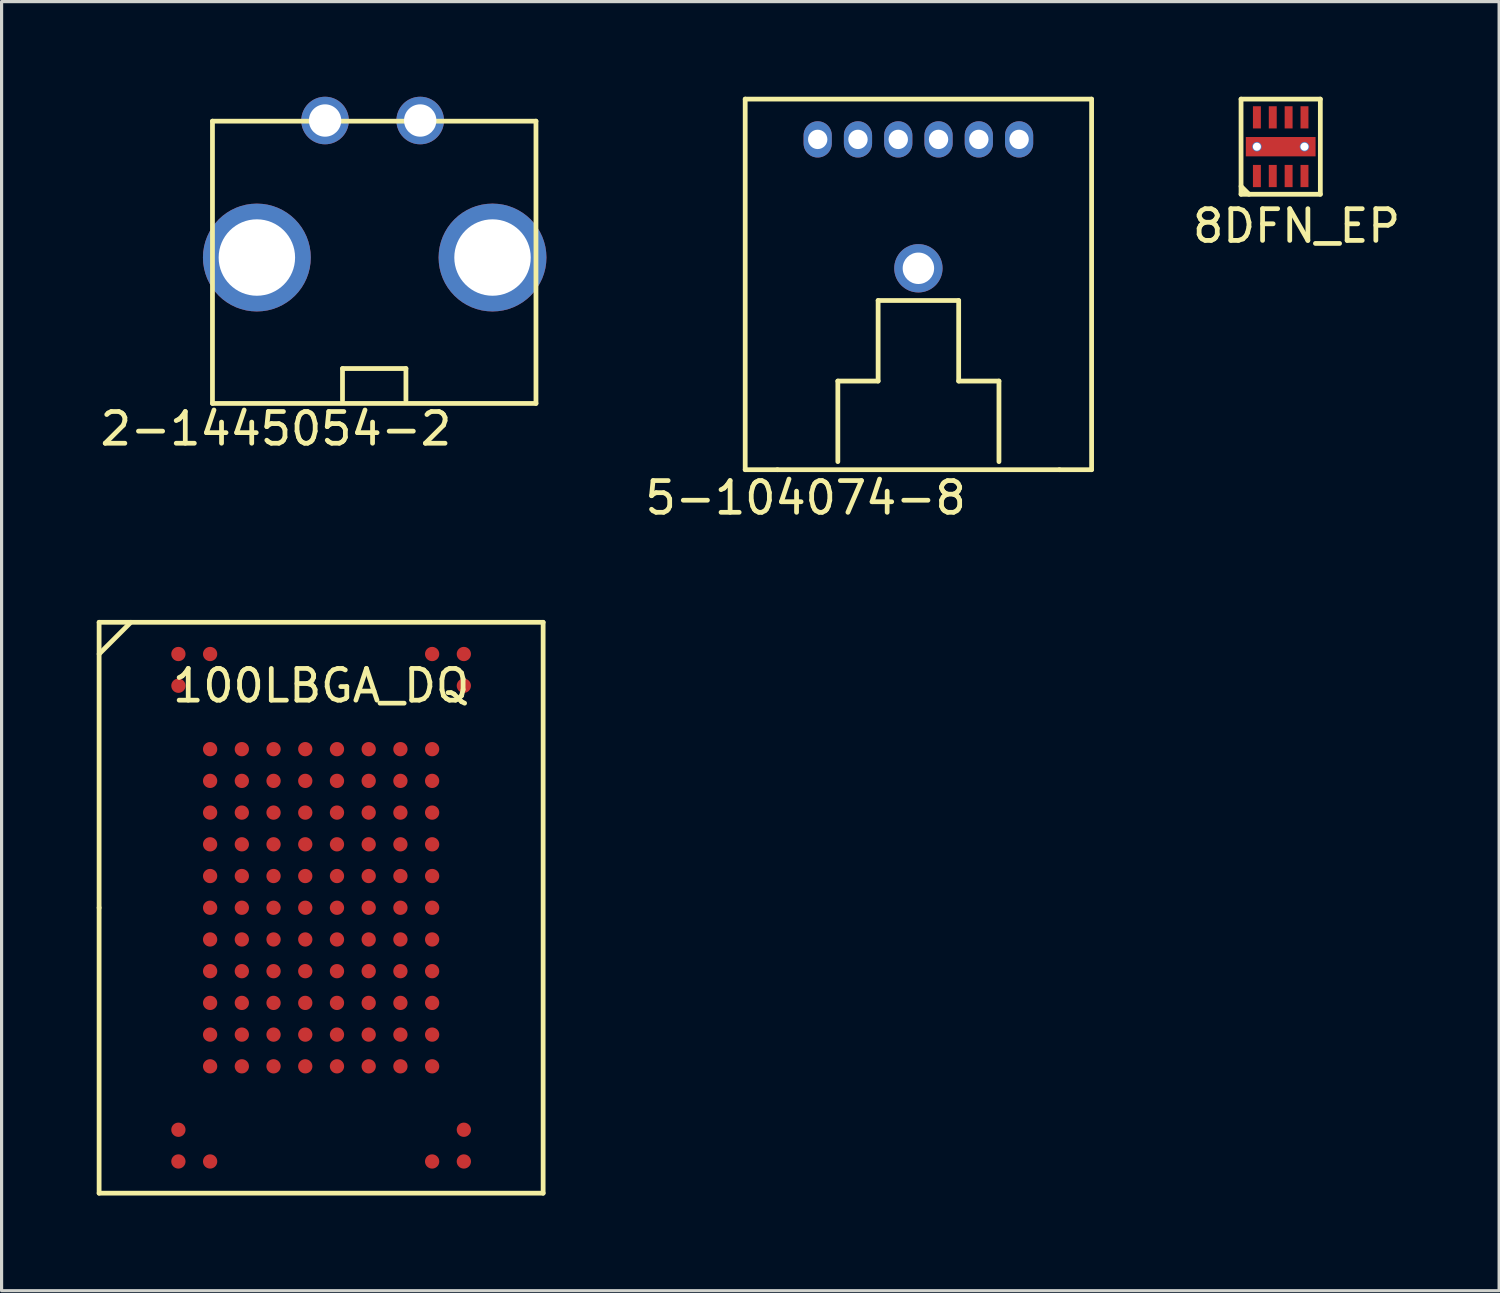
<source format=kicad_pcb>
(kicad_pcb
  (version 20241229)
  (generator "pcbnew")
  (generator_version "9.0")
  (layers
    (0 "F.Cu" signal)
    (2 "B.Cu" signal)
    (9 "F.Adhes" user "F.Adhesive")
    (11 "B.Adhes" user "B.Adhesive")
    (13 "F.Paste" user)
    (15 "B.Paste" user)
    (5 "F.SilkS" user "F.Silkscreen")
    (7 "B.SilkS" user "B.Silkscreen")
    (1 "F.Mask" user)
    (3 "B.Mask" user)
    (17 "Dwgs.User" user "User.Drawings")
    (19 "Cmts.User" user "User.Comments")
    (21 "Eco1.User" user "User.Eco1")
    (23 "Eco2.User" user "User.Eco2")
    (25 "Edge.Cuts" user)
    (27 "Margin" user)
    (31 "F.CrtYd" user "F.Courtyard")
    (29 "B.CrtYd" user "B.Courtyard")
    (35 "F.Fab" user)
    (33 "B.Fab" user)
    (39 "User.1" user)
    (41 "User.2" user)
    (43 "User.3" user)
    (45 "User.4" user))
  (footprint "2-1445054-2"
    (layer "F.Cu")
    (at 8.749 5.07)
    (property "Reference" "2-1445054-2" (at -3.1 5.4 0) (layer "F.SilkS") (effects (font (size 1 1) (thickness 0.15))))
    (attr through_hole)
    (fp_line (start -5.1 -4.3) (end -5.1 4.6) (stroke (width 0.15) (type solid)) (layer "F.SilkS"))
    (fp_line (start -5.1 4.6) (end 5.1 4.6) (stroke (width 0.15) (type solid)) (layer "F.SilkS"))
    (fp_line (start -1 3.5) (end -1 4.5) (stroke (width 0.15) (type solid)) (layer "F.SilkS"))
    (fp_line (start 1 3.5) (end -1 3.5) (stroke (width 0.15) (type solid)) (layer "F.SilkS"))
    (fp_line (start 1 4.5) (end 1 3.5) (stroke (width 0.15) (type solid)) (layer "F.SilkS"))
    (fp_line (start 5.1 -4.3) (end -5.1 -4.3) (stroke (width 0.15) (type solid)) (layer "F.SilkS"))
    (fp_line (start 5.1 -4.3) (end 5.1 4.6) (stroke (width 0.15) (type solid)) (layer "F.SilkS"))
    (pad "0" thru_hole circle (at -3.7 0) (size 3.4 3.4) (drill 2.41) (layers "*.Cu" "*.Mask"))
    (pad "0" thru_hole circle (at 3.73 0) (size 3.4 3.4) (drill 2.41) (layers "*.Cu" "*.Mask"))
    (pad "1" thru_hole circle (at -1.55 -4.32) (size 1.5 1.5) (drill 1.02) (layers "*.Cu" "*.Mask"))
    (pad "2" thru_hole circle (at 1.45 -4.32) (size 1.5 1.5) (drill 1.02) (layers "*.Cu" "*.Mask")))
  (footprint "5-104074-8"
    (layer "F.Cu")
    (at 25.907 1.345)
    (property "Reference" "5-104074-8" (at -3.556 11.303 0) (layer "F.SilkS") (effects (font (size 1 1) (thickness 0.15))))
    (attr through_hole)
    (fp_line (start -5.461 -1.27) (end -5.461 10.414) (stroke (width 0.15) (type solid)) (layer "F.SilkS"))
    (fp_line (start -5.461 10.414) (end -4.445 10.414) (stroke (width 0.15) (type solid)) (layer "F.SilkS"))
    (fp_line (start -2.54 7.62) (end -1.27 7.62) (stroke (width 0.15) (type solid)) (layer "F.SilkS"))
    (fp_line (start -2.54 10.16) (end -2.54 7.62) (stroke (width 0.15) (type solid)) (layer "F.SilkS"))
    (fp_line (start -1.27 5.08) (end 1.27 5.08) (stroke (width 0.15) (type solid)) (layer "F.SilkS"))
    (fp_line (start -1.27 7.62) (end -1.27 5.08) (stroke (width 0.15) (type solid)) (layer "F.SilkS"))
    (fp_line (start 1.27 5.08) (end 1.27 7.62) (stroke (width 0.15) (type solid)) (layer "F.SilkS"))
    (fp_line (start 1.27 7.62) (end 2.54 7.62) (stroke (width 0.15) (type solid)) (layer "F.SilkS"))
    (fp_line (start 2.54 7.62) (end 2.54 10.16) (stroke (width 0.15) (type solid)) (layer "F.SilkS"))
    (fp_line (start 4.445 10.414) (end -4.445 10.414) (stroke (width 0.15) (type solid)) (layer "F.SilkS"))
    (fp_line (start 5.461 -1.27) (end -5.461 -1.27) (stroke (width 0.15) (type solid)) (layer "F.SilkS"))
    (fp_line (start 5.461 -1.27) (end 5.461 10.414) (stroke (width 0.15) (type solid)) (layer "F.SilkS"))
    (fp_line (start 5.461 10.414) (end 4.445 10.414) (stroke (width 0.15) (type solid)) (layer "F.SilkS"))
    (pad "" thru_hole circle (at 0 4.064) (size 1.524 1.524) (drill 0.991) (layers "*.Cu" "*.Mask"))
    (pad "1" thru_hole oval (at -3.175 0) (size 0.889 1.143) (drill 0.61) (layers "*.Cu" "*.Mask"))
    (pad "2" thru_hole oval (at -1.905 0) (size 0.889 1.143) (drill 0.61) (layers "*.Cu" "*.Mask"))
    (pad "3" thru_hole oval (at -0.635 0) (size 0.889 1.143) (drill 0.61) (layers "*.Cu" "*.Mask"))
    (pad "4" thru_hole oval (at 0.635 0) (size 0.889 1.143) (drill 0.61) (layers "*.Cu" "*.Mask"))
    (pad "5" thru_hole oval (at 1.905 0) (size 0.889 1.143) (drill 0.61) (layers "*.Cu" "*.Mask"))
    (pad "6" thru_hole oval (at 3.175 0) (size 0.889 1.143) (drill 0.61) (layers "*.Cu" "*.Mask")))
  (footprint "100LBGA_DQ"
    (layer "F.Cu")
    (at 7.075 25.571)
    (property "Reference" "100LBGA_DQ" (at 0 -7 0) (layer "F.SilkS") (effects (font (size 1 1) (thickness 0.15))))
    (attr through_hole)
    (fp_line (start -7 -9) (end 7 -9) (stroke (width 0.15) (type solid)) (layer "F.SilkS"))
    (fp_line (start -7 0) (end -7 -9) (stroke (width 0.15) (type solid)) (layer "F.SilkS"))
    (fp_line (start -7 9) (end -7 0) (stroke (width 0.15) (type solid)) (layer "F.SilkS"))
    (fp_line (start -6 -9) (end -7 -8) (stroke (width 0.15) (type solid)) (layer "F.SilkS"))
    (fp_line (start 7 -9) (end 7 9) (stroke (width 0.15) (type solid)) (layer "F.SilkS"))
    (fp_line (start 7 9) (end -7 9) (stroke (width 0.15) (type solid)) (layer "F.SilkS"))
    (pad "A1" smd circle (at -4.5 -8) (size 0.45 0.45) (layers "F.Cu" "F.Mask" "F.Paste"))
    (pad "A2" smd circle (at -3.5 -8) (size 0.45 0.45) (layers "F.Cu" "F.Mask" "F.Paste"))
    (pad "A9" smd circle (at 3.5 -8) (size 0.45 0.45) (layers "F.Cu" "F.Mask" "F.Paste"))
    (pad "A10" smd circle (at 4.5 -8) (size 0.45 0.45) (layers "F.Cu" "F.Mask" "F.Paste"))
    (pad "B1" smd circle (at -4.5 -7) (size 0.45 0.45) (layers "F.Cu" "F.Mask" "F.Paste"))
    (pad "B10" smd circle (at 4.5 -7) (size 0.45 0.45) (layers "F.Cu" "F.Mask" "F.Paste"))
    (pad "D2" smd circle (at -3.5 -5) (size 0.45 0.45) (layers "F.Cu" "F.Mask" "F.Paste"))
    (pad "D3" smd circle (at -2.5 -5) (size 0.45 0.45) (layers "F.Cu" "F.Mask" "F.Paste"))
    (pad "D4" smd circle (at -1.5 -5) (size 0.45 0.45) (layers "F.Cu" "F.Mask" "F.Paste"))
    (pad "D5" smd circle (at -0.5 -5) (size 0.45 0.45) (layers "F.Cu" "F.Mask" "F.Paste"))
    (pad "D6" smd circle (at 0.5 -5) (size 0.45 0.45) (layers "F.Cu" "F.Mask" "F.Paste"))
    (pad "D7" smd circle (at 1.5 -5) (size 0.45 0.45) (layers "F.Cu" "F.Mask" "F.Paste"))
    (pad "D8" smd circle (at 2.5 -5) (size 0.45 0.45) (layers "F.Cu" "F.Mask" "F.Paste"))
    (pad "D9" smd circle (at 3.5 -5) (size 0.45 0.45) (layers "F.Cu" "F.Mask" "F.Paste"))
    (pad "E2" smd circle (at -3.5 -4) (size 0.45 0.45) (layers "F.Cu" "F.Mask" "F.Paste"))
    (pad "E3" smd circle (at -2.5 -4) (size 0.45 0.45) (layers "F.Cu" "F.Mask" "F.Paste"))
    (pad "E4" smd circle (at -1.5 -4) (size 0.45 0.45) (layers "F.Cu" "F.Mask" "F.Paste"))
    (pad "E5" smd circle (at -0.5 -4) (size 0.45 0.45) (layers "F.Cu" "F.Mask" "F.Paste"))
    (pad "E6" smd circle (at 0.5 -4) (size 0.45 0.45) (layers "F.Cu" "F.Mask" "F.Paste"))
    (pad "E7" smd circle (at 1.5 -4) (size 0.45 0.45) (layers "F.Cu" "F.Mask" "F.Paste"))
    (pad "E8" smd circle (at 2.5 -4) (size 0.45 0.45) (layers "F.Cu" "F.Mask" "F.Paste"))
    (pad "E9" smd circle (at 3.5 -4) (size 0.45 0.45) (layers "F.Cu" "F.Mask" "F.Paste"))
    (pad "F2" smd circle (at -3.5 -3) (size 0.45 0.45) (layers "F.Cu" "F.Mask" "F.Paste"))
    (pad "F3" smd circle (at -2.5 -3) (size 0.45 0.45) (layers "F.Cu" "F.Mask" "F.Paste"))
    (pad "F4" smd circle (at -1.5 -3) (size 0.45 0.45) (layers "F.Cu" "F.Mask" "F.Paste"))
    (pad "F5" smd circle (at -0.5 -3) (size 0.45 0.45) (layers "F.Cu" "F.Mask" "F.Paste"))
    (pad "F6" smd circle (at 0.5 -3) (size 0.45 0.45) (layers "F.Cu" "F.Mask" "F.Paste"))
    (pad "F7" smd circle (at 1.5 -3) (size 0.45 0.45) (layers "F.Cu" "F.Mask" "F.Paste"))
    (pad "F8" smd circle (at 2.5 -3) (size 0.45 0.45) (layers "F.Cu" "F.Mask" "F.Paste"))
    (pad "F9" smd circle (at 3.5 -3) (size 0.45 0.45) (layers "F.Cu" "F.Mask" "F.Paste"))
    (pad "G2" smd circle (at -3.5 -2) (size 0.45 0.45) (layers "F.Cu" "F.Mask" "F.Paste"))
    (pad "G3" smd circle (at -2.5 -2) (size 0.45 0.45) (layers "F.Cu" "F.Mask" "F.Paste"))
    (pad "G4" smd circle (at -1.5 -2) (size 0.45 0.45) (layers "F.Cu" "F.Mask" "F.Paste"))
    (pad "G5" smd circle (at -0.5 -2) (size 0.45 0.45) (layers "F.Cu" "F.Mask" "F.Paste"))
    (pad "G6" smd circle (at 0.5 -2) (size 0.45 0.45) (layers "F.Cu" "F.Mask" "F.Paste"))
    (pad "G7" smd circle (at 1.5 -2) (size 0.45 0.45) (layers "F.Cu" "F.Mask" "F.Paste"))
    (pad "G8" smd circle (at 2.5 -2) (size 0.45 0.45) (layers "F.Cu" "F.Mask" "F.Paste"))
    (pad "G9" smd circle (at 3.5 -2) (size 0.45 0.45) (layers "F.Cu" "F.Mask" "F.Paste"))
    (pad "H2" smd circle (at -3.5 -1) (size 0.45 0.45) (layers "F.Cu" "F.Mask" "F.Paste"))
    (pad "H3" smd circle (at -2.5 -1) (size 0.45 0.45) (layers "F.Cu" "F.Mask" "F.Paste"))
    (pad "H4" smd circle (at -1.5 -1) (size 0.45 0.45) (layers "F.Cu" "F.Mask" "F.Paste"))
    (pad "H5" smd circle (at -0.5 -1) (size 0.45 0.45) (layers "F.Cu" "F.Mask" "F.Paste"))
    (pad "H6" smd circle (at 0.5 -1) (size 0.45 0.45) (layers "F.Cu" "F.Mask" "F.Paste"))
    (pad "H7" smd circle (at 1.5 -1) (size 0.45 0.45) (layers "F.Cu" "F.Mask" "F.Paste"))
    (pad "H8" smd circle (at 2.5 -1) (size 0.45 0.45) (layers "F.Cu" "F.Mask" "F.Paste"))
    (pad "H9" smd circle (at 3.5 -1) (size 0.45 0.45) (layers "F.Cu" "F.Mask" "F.Paste"))
    (pad "J2" smd circle (at -3.5 0) (size 0.45 0.45) (layers "F.Cu" "F.Mask" "F.Paste"))
    (pad "J3" smd circle (at -2.5 0) (size 0.45 0.45) (layers "F.Cu" "F.Mask" "F.Paste"))
    (pad "J4" smd circle (at -1.5 0) (size 0.45 0.45) (layers "F.Cu" "F.Mask" "F.Paste"))
    (pad "J5" smd circle (at -0.5 0) (size 0.45 0.45) (layers "F.Cu" "F.Mask" "F.Paste"))
    (pad "J6" smd circle (at 0.5 0) (size 0.45 0.45) (layers "F.Cu" "F.Mask" "F.Paste"))
    (pad "J7" smd circle (at 1.5 0) (size 0.45 0.45) (layers "F.Cu" "F.Mask" "F.Paste"))
    (pad "J8" smd circle (at 2.5 0) (size 0.45 0.45) (layers "F.Cu" "F.Mask" "F.Paste"))
    (pad "J9" smd circle (at 3.5 0) (size 0.45 0.45) (layers "F.Cu" "F.Mask" "F.Paste"))
    (pad "K2" smd circle (at -3.5 1) (size 0.45 0.45) (layers "F.Cu" "F.Mask" "F.Paste"))
    (pad "K3" smd circle (at -2.5 1) (size 0.45 0.45) (layers "F.Cu" "F.Mask" "F.Paste"))
    (pad "K4" smd circle (at -1.5 1) (size 0.45 0.45) (layers "F.Cu" "F.Mask" "F.Paste"))
    (pad "K5" smd circle (at -0.5 1) (size 0.45 0.45) (layers "F.Cu" "F.Mask" "F.Paste"))
    (pad "K6" smd circle (at 0.5 1) (size 0.45 0.45) (layers "F.Cu" "F.Mask" "F.Paste"))
    (pad "K7" smd circle (at 1.5 1) (size 0.45 0.45) (layers "F.Cu" "F.Mask" "F.Paste"))
    (pad "K8" smd circle (at 2.5 1) (size 0.45 0.45) (layers "F.Cu" "F.Mask" "F.Paste"))
    (pad "K9" smd circle (at 3.5 1) (size 0.45 0.45) (layers "F.Cu" "F.Mask" "F.Paste"))
    (pad "L2" smd circle (at -3.5 2) (size 0.45 0.45) (layers "F.Cu" "F.Mask" "F.Paste"))
    (pad "L3" smd circle (at -2.5 2) (size 0.45 0.45) (layers "F.Cu" "F.Mask" "F.Paste"))
    (pad "L4" smd circle (at -1.5 2) (size 0.45 0.45) (layers "F.Cu" "F.Mask" "F.Paste"))
    (pad "L5" smd circle (at -0.5 2) (size 0.45 0.45) (layers "F.Cu" "F.Mask" "F.Paste"))
    (pad "L6" smd circle (at 0.5 2) (size 0.45 0.45) (layers "F.Cu" "F.Mask" "F.Paste"))
    (pad "L7" smd circle (at 1.5 2) (size 0.45 0.45) (layers "F.Cu" "F.Mask" "F.Paste"))
    (pad "L8" smd circle (at 2.5 2) (size 0.45 0.45) (layers "F.Cu" "F.Mask" "F.Paste"))
    (pad "L9" smd circle (at 3.5 2) (size 0.45 0.45) (layers "F.Cu" "F.Mask" "F.Paste"))
    (pad "M2" smd circle (at -3.5 3) (size 0.45 0.45) (layers "F.Cu" "F.Mask" "F.Paste"))
    (pad "M3" smd circle (at -2.5 3) (size 0.45 0.45) (layers "F.Cu" "F.Mask" "F.Paste"))
    (pad "M4" smd circle (at -1.5 3) (size 0.45 0.45) (layers "F.Cu" "F.Mask" "F.Paste"))
    (pad "M5" smd circle (at -0.5 3) (size 0.45 0.45) (layers "F.Cu" "F.Mask" "F.Paste"))
    (pad "M6" smd circle (at 0.5 3) (size 0.45 0.45) (layers "F.Cu" "F.Mask" "F.Paste"))
    (pad "M7" smd circle (at 1.5 3) (size 0.45 0.45) (layers "F.Cu" "F.Mask" "F.Paste"))
    (pad "M8" smd circle (at 2.5 3) (size 0.45 0.45) (layers "F.Cu" "F.Mask" "F.Paste"))
    (pad "M9" smd circle (at 3.5 3) (size 0.45 0.45) (layers "F.Cu" "F.Mask" "F.Paste"))
    (pad "N2" smd circle (at -3.5 4) (size 0.45 0.45) (layers "F.Cu" "F.Mask" "F.Paste"))
    (pad "N3" smd circle (at -2.5 4) (size 0.45 0.45) (layers "F.Cu" "F.Mask" "F.Paste"))
    (pad "N4" smd circle (at -1.5 4) (size 0.45 0.45) (layers "F.Cu" "F.Mask" "F.Paste"))
    (pad "N5" smd circle (at -0.5 4) (size 0.45 0.45) (layers "F.Cu" "F.Mask" "F.Paste"))
    (pad "N6" smd circle (at 0.5 4) (size 0.45 0.45) (layers "F.Cu" "F.Mask" "F.Paste"))
    (pad "N7" smd circle (at 1.5 4) (size 0.45 0.45) (layers "F.Cu" "F.Mask" "F.Paste"))
    (pad "N8" smd circle (at 2.5 4) (size 0.45 0.45) (layers "F.Cu" "F.Mask" "F.Paste"))
    (pad "N9" smd circle (at 3.5 4) (size 0.45 0.45) (layers "F.Cu" "F.Mask" "F.Paste"))
    (pad "P2" smd circle (at -3.5 5) (size 0.45 0.45) (layers "F.Cu" "F.Mask" "F.Paste"))
    (pad "P3" smd circle (at -2.5 5) (size 0.45 0.45) (layers "F.Cu" "F.Mask" "F.Paste"))
    (pad "P4" smd circle (at -1.5 5) (size 0.45 0.45) (layers "F.Cu" "F.Mask" "F.Paste"))
    (pad "P5" smd circle (at -0.5 5) (size 0.45 0.45) (layers "F.Cu" "F.Mask" "F.Paste"))
    (pad "P6" smd circle (at 0.5 5) (size 0.45 0.45) (layers "F.Cu" "F.Mask" "F.Paste"))
    (pad "P7" smd circle (at 1.5 5) (size 0.45 0.45) (layers "F.Cu" "F.Mask" "F.Paste"))
    (pad "P8" smd circle (at 2.5 5) (size 0.45 0.45) (layers "F.Cu" "F.Mask" "F.Paste"))
    (pad "P9" smd circle (at 3.5 5) (size 0.45 0.45) (layers "F.Cu" "F.Mask" "F.Paste"))
    (pad "T1" smd circle (at -4.5 7) (size 0.45 0.45) (layers "F.Cu" "F.Mask" "F.Paste"))
    (pad "T10" smd circle (at 4.5 7) (size 0.45 0.45) (layers "F.Cu" "F.Mask" "F.Paste"))
    (pad "U1" smd circle (at -4.5 8) (size 0.45 0.45) (layers "F.Cu" "F.Mask" "F.Paste"))
    (pad "U2" smd circle (at -3.5 8) (size 0.45 0.45) (layers "F.Cu" "F.Mask" "F.Paste"))
    (pad "U9" smd circle (at 3.5 8) (size 0.45 0.45) (layers "F.Cu" "F.Mask" "F.Paste"))
    (pad "U10" smd circle (at 4.5 8) (size 0.45 0.45) (layers "F.Cu" "F.Mask" "F.Paste")))
  (footprint "8DFN_EP"
    (layer "F.Cu")
    (at 37.33 1.575)
    (property "Reference" "8DFN_EP" (at 0.5 2.5 0) (layer "F.SilkS") (effects (font (size 1 1) (thickness 0.15))))
    (attr through_hole)
    (fp_line (start -1.25 -1.5) (end 1.25 -1.5) (stroke (width 0.15) (type solid)) (layer "F.SilkS"))
    (fp_line (start -1.25 1.5) (end -1.25 -1.5) (stroke (width 0.15) (type solid)) (layer "F.SilkS"))
    (fp_line (start -1 1.5) (end -1.25 1.25) (stroke (width 0.15) (type solid)) (layer "F.SilkS"))
    (fp_line (start 1.25 -1.5) (end 1.25 1.5) (stroke (width 0.15) (type solid)) (layer "F.SilkS"))
    (fp_line (start 1.25 1.5) (end -1.25 1.5) (stroke (width 0.15) (type solid)) (layer "F.SilkS"))
    (pad "1" smd rect (at -0.75 0.925) (size 0.25 0.7) (layers "F.Cu" "F.Mask" "F.Paste"))
    (pad "2" smd rect (at -0.25 0.925) (size 0.25 0.7) (layers "F.Cu" "F.Mask" "F.Paste"))
    (pad "3" smd rect (at 0.25 0.925) (size 0.25 0.7) (layers "F.Cu" "F.Mask" "F.Paste"))
    (pad "4" smd rect (at 0.75 0.925) (size 0.25 0.7) (layers "F.Cu" "F.Mask" "F.Paste"))
    (pad "5" smd rect (at 0.75 -0.925) (size 0.25 0.7) (layers "F.Cu" "F.Mask" "F.Paste"))
    (pad "6" smd rect (at 0.25 -0.925) (size 0.25 0.7) (layers "F.Cu" "F.Mask" "F.Paste"))
    (pad "7" smd rect (at -0.25 -0.925) (size 0.25 0.7) (layers "F.Cu" "F.Mask" "F.Paste"))
    (pad "8" smd rect (at -0.75 -0.925) (size 0.25 0.7) (layers "F.Cu" "F.Mask" "F.Paste"))
    (pad "9" thru_hole circle (at -0.75 0) (size 0.3 0.3) (drill 0.254) (layers "*.Cu" "*.Mask"))
    (pad "9" smd rect (at 0 0) (size 2.2 0.61) (layers "F.Cu" "F.Mask" "F.Paste"))
    (pad "9" thru_hole circle (at 0.75 0) (size 0.3 0.3) (drill 0.254) (layers "*.Cu" "*.Mask")))
  (gr_rect
    (start -3 -3)
    (end 44.217 37.646)
    (stroke (width 0.1) (type default))
    (fill no)
    (layer "Edge.Cuts")))
</source>
